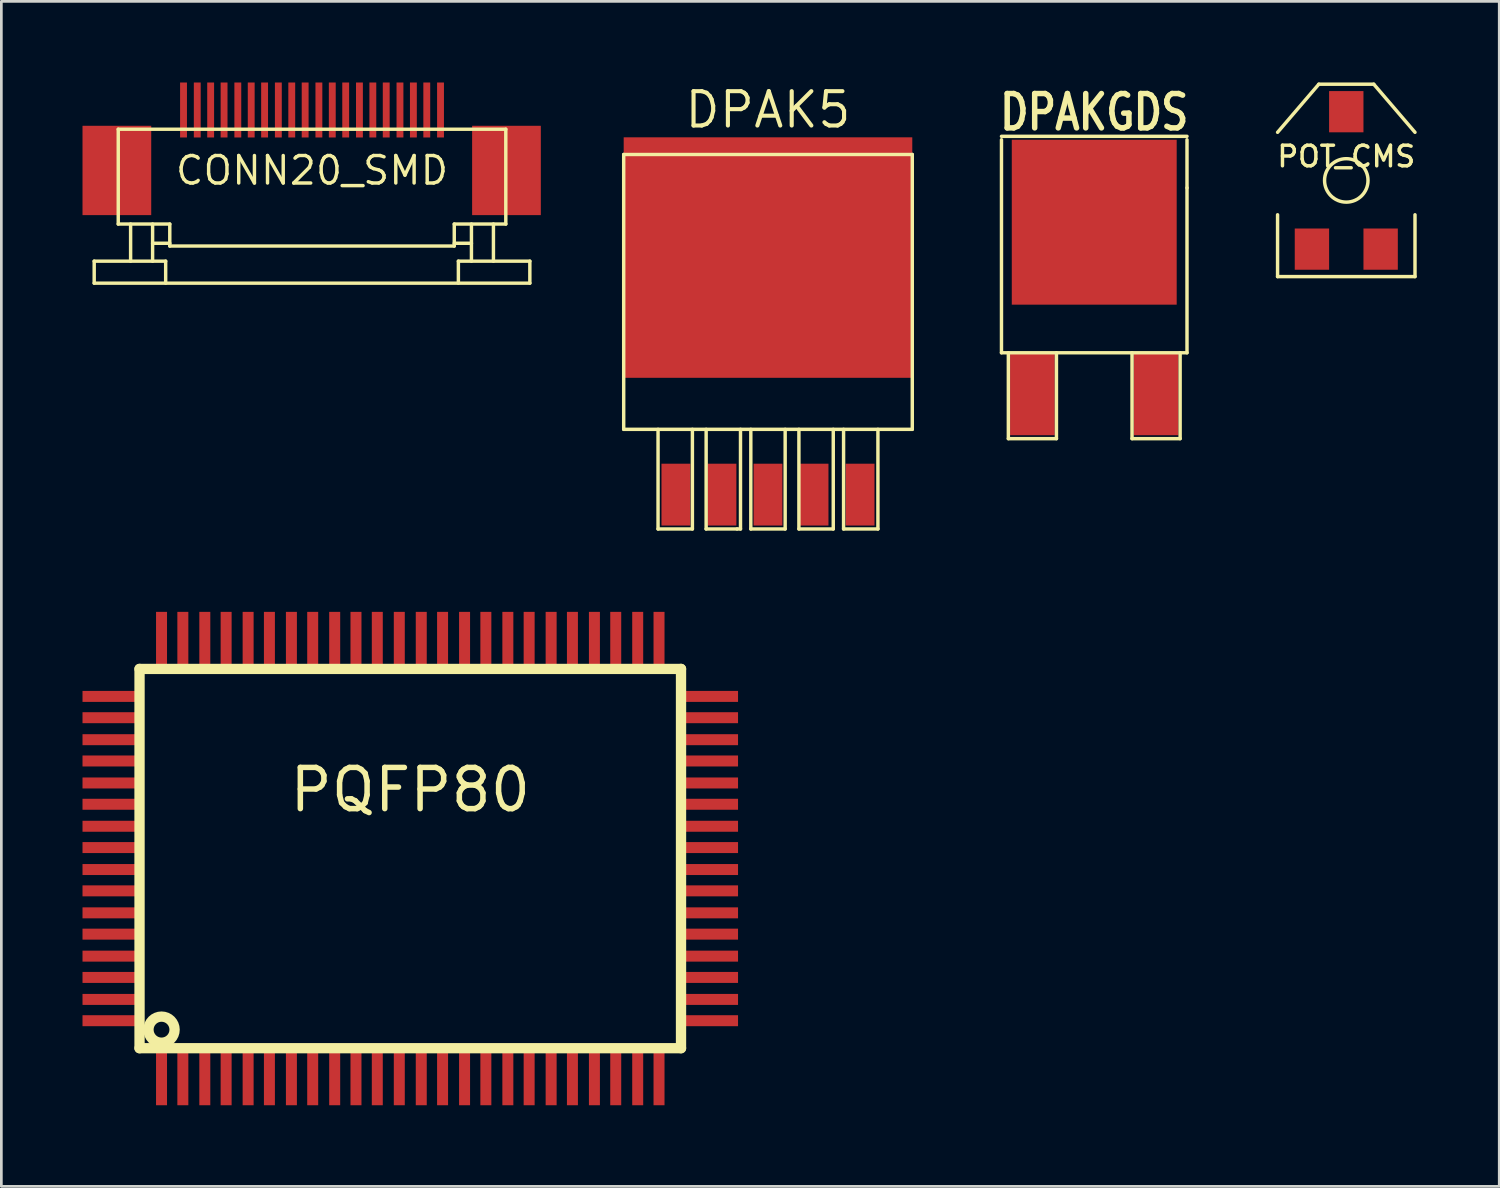
<source format=kicad_pcb>
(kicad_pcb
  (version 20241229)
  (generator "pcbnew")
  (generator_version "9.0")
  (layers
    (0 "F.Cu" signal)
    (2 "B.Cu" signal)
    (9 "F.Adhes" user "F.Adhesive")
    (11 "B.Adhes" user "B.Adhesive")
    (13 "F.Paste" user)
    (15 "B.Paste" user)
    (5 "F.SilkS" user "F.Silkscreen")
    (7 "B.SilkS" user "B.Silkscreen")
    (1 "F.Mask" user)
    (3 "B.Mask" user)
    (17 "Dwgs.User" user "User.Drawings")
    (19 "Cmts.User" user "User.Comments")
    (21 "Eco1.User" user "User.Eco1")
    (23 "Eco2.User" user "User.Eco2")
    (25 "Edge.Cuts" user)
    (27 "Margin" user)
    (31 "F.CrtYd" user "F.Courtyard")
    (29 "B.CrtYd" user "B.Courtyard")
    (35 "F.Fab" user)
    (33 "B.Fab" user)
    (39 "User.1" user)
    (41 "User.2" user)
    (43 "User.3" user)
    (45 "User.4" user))
  (footprint "PQFP80"
    (layer "F.Cu")
    (at 12.116 28.687)
    (property "Reference" "PQFP80" (at 0 -2.54 0) (layer "F.SilkS") (effects (font (size 1.524 1.524) (thickness 0.203))))
    (attr smd)
    (fp_line (start -10.008 -7.01) (end -10.008 7.01) (stroke (width 0.381) (type solid)) (layer "F.SilkS"))
    (fp_line (start -10.008 7.01) (end 10.008 7.01) (stroke (width 0.381) (type solid)) (layer "F.SilkS"))
    (fp_line (start 10.008 -7.01) (end -10.008 -7.01) (stroke (width 0.381) (type solid)) (layer "F.SilkS"))
    (fp_line (start 10.008 7.01) (end 10.008 -7.01) (stroke (width 0.381) (type solid)) (layer "F.SilkS"))
    (fp_circle (center -9.195 6.325) (end -9.195 5.842) (stroke (width 0.381) (type solid)) (fill no) (layer "F.SilkS"))
    (pad "1" smd rect (at -9.195 8.103) (size 0.406 2.032) (layers "F.Cu" "F.Mask" "F.Paste"))
    (pad "2" smd rect (at -8.407 8.103) (size 0.406 2.032) (layers "F.Cu" "F.Mask" "F.Paste"))
    (pad "3" smd rect (at -7.595 8.103) (size 0.406 2.032) (layers "F.Cu" "F.Mask" "F.Paste"))
    (pad "4" smd rect (at -6.807 8.103) (size 0.406 2.032) (layers "F.Cu" "F.Mask" "F.Paste"))
    (pad "5" smd rect (at -5.994 8.103) (size 0.406 2.032) (layers "F.Cu" "F.Mask" "F.Paste"))
    (pad "6" smd rect (at -5.207 8.103) (size 0.406 2.032) (layers "F.Cu" "F.Mask" "F.Paste"))
    (pad "7" smd rect (at -4.394 8.103) (size 0.406 2.032) (layers "F.Cu" "F.Mask" "F.Paste"))
    (pad "8" smd rect (at -3.607 8.103) (size 0.406 2.032) (layers "F.Cu" "F.Mask" "F.Paste"))
    (pad "9" smd rect (at -2.794 8.103) (size 0.406 2.032) (layers "F.Cu" "F.Mask" "F.Paste"))
    (pad "10" smd rect (at -2.007 8.103) (size 0.406 2.032) (layers "F.Cu" "F.Mask" "F.Paste"))
    (pad "11" smd rect (at -1.219 8.103) (size 0.406 2.032) (layers "F.Cu" "F.Mask" "F.Paste"))
    (pad "12" smd rect (at -0.406 8.103) (size 0.406 2.032) (layers "F.Cu" "F.Mask" "F.Paste"))
    (pad "13" smd rect (at 0.406 8.103) (size 0.406 2.032) (layers "F.Cu" "F.Mask" "F.Paste"))
    (pad "14" smd rect (at 1.194 8.103) (size 0.406 2.032) (layers "F.Cu" "F.Mask" "F.Paste"))
    (pad "15" smd rect (at 2.007 8.103) (size 0.406 2.032) (layers "F.Cu" "F.Mask" "F.Paste"))
    (pad "16" smd rect (at 2.794 8.103) (size 0.406 2.032) (layers "F.Cu" "F.Mask" "F.Paste"))
    (pad "17" smd rect (at 3.607 8.103) (size 0.406 2.032) (layers "F.Cu" "F.Mask" "F.Paste"))
    (pad "18" smd rect (at 4.394 8.103) (size 0.406 2.032) (layers "F.Cu" "F.Mask" "F.Paste"))
    (pad "19" smd rect (at 5.207 8.103) (size 0.406 2.032) (layers "F.Cu" "F.Mask" "F.Paste"))
    (pad "20" smd rect (at 5.994 8.103) (size 0.406 2.032) (layers "F.Cu" "F.Mask" "F.Paste"))
    (pad "21" smd rect (at 6.807 8.103) (size 0.406 2.032) (layers "F.Cu" "F.Mask" "F.Paste"))
    (pad "22" smd rect (at 7.595 8.103) (size 0.406 2.032) (layers "F.Cu" "F.Mask" "F.Paste"))
    (pad "23" smd rect (at 8.407 8.103) (size 0.406 2.032) (layers "F.Cu" "F.Mask" "F.Paste"))
    (pad "24" smd rect (at 9.195 8.103) (size 0.406 2.032) (layers "F.Cu" "F.Mask" "F.Paste"))
    (pad "25" smd rect (at 11.1 5.994) (size 2.032 0.406) (layers "F.Cu" "F.Mask" "F.Paste"))
    (pad "26" smd rect (at 11.1 5.207) (size 2.032 0.406) (layers "F.Cu" "F.Mask" "F.Paste"))
    (pad "27" smd rect (at 11.1 4.394) (size 2.032 0.406) (layers "F.Cu" "F.Mask" "F.Paste"))
    (pad "28" smd rect (at 11.1 3.607) (size 2.032 0.406) (layers "F.Cu" "F.Mask" "F.Paste"))
    (pad "29" smd rect (at 11.1 2.794) (size 2.032 0.406) (layers "F.Cu" "F.Mask" "F.Paste"))
    (pad "30" smd rect (at 11.1 2.007) (size 2.032 0.406) (layers "F.Cu" "F.Mask" "F.Paste"))
    (pad "31" smd rect (at 11.1 1.194) (size 2.032 0.406) (layers "F.Cu" "F.Mask" "F.Paste"))
    (pad "32" smd rect (at 11.1 0.406) (size 2.032 0.406) (layers "F.Cu" "F.Mask" "F.Paste"))
    (pad "33" smd rect (at 11.1 -0.406) (size 2.032 0.406) (layers "F.Cu" "F.Mask" "F.Paste"))
    (pad "34" smd rect (at 11.1 -1.194) (size 2.032 0.406) (layers "F.Cu" "F.Mask" "F.Paste"))
    (pad "35" smd rect (at 11.1 -2.007) (size 2.032 0.406) (layers "F.Cu" "F.Mask" "F.Paste"))
    (pad "36" smd rect (at 11.1 -2.794) (size 2.032 0.406) (layers "F.Cu" "F.Mask" "F.Paste"))
    (pad "37" smd rect (at 11.1 -3.607) (size 2.032 0.406) (layers "F.Cu" "F.Mask" "F.Paste"))
    (pad "38" smd rect (at 11.1 -4.394) (size 2.032 0.406) (layers "F.Cu" "F.Mask" "F.Paste"))
    (pad "39" smd rect (at 11.1 -5.207) (size 2.032 0.406) (layers "F.Cu" "F.Mask" "F.Paste"))
    (pad "40" smd rect (at 11.1 -5.994) (size 2.032 0.406) (layers "F.Cu" "F.Mask" "F.Paste"))
    (pad "41" smd rect (at 9.195 -8.103) (size 0.406 2.032) (layers "F.Cu" "F.Mask" "F.Paste"))
    (pad "42" smd rect (at 8.407 -8.103) (size 0.406 2.032) (layers "F.Cu" "F.Mask" "F.Paste"))
    (pad "43" smd rect (at 7.595 -8.103) (size 0.406 2.032) (layers "F.Cu" "F.Mask" "F.Paste"))
    (pad "44" smd rect (at 6.807 -8.103) (size 0.406 2.032) (layers "F.Cu" "F.Mask" "F.Paste"))
    (pad "45" smd rect (at 5.994 -8.103) (size 0.406 2.032) (layers "F.Cu" "F.Mask" "F.Paste"))
    (pad "46" smd rect (at 5.207 -8.103) (size 0.406 2.032) (layers "F.Cu" "F.Mask" "F.Paste"))
    (pad "47" smd rect (at 4.394 -8.103) (size 0.406 2.032) (layers "F.Cu" "F.Mask" "F.Paste"))
    (pad "48" smd rect (at 3.607 -8.103) (size 0.406 2.032) (layers "F.Cu" "F.Mask" "F.Paste"))
    (pad "49" smd rect (at 2.794 -8.103) (size 0.406 2.032) (layers "F.Cu" "F.Mask" "F.Paste"))
    (pad "50" smd rect (at 2.007 -8.103) (size 0.406 2.032) (layers "F.Cu" "F.Mask" "F.Paste"))
    (pad "51" smd rect (at 1.194 -8.103) (size 0.406 2.032) (layers "F.Cu" "F.Mask" "F.Paste"))
    (pad "52" smd rect (at 0.406 -8.103) (size 0.406 2.032) (layers "F.Cu" "F.Mask" "F.Paste"))
    (pad "53" smd rect (at -0.406 -8.103) (size 0.406 2.032) (layers "F.Cu" "F.Mask" "F.Paste"))
    (pad "54" smd rect (at -1.219 -8.103) (size 0.406 2.032) (layers "F.Cu" "F.Mask" "F.Paste"))
    (pad "55" smd rect (at -2.007 -8.103) (size 0.406 2.032) (layers "F.Cu" "F.Mask" "F.Paste"))
    (pad "56" smd rect (at -2.794 -8.103) (size 0.406 2.032) (layers "F.Cu" "F.Mask" "F.Paste"))
    (pad "57" smd rect (at -3.607 -8.103) (size 0.406 2.032) (layers "F.Cu" "F.Mask" "F.Paste"))
    (pad "58" smd rect (at -4.394 -8.103) (size 0.406 2.032) (layers "F.Cu" "F.Mask" "F.Paste"))
    (pad "59" smd rect (at -5.207 -8.103) (size 0.406 2.032) (layers "F.Cu" "F.Mask" "F.Paste"))
    (pad "60" smd rect (at -5.994 -8.103) (size 0.406 2.032) (layers "F.Cu" "F.Mask" "F.Paste"))
    (pad "61" smd rect (at -6.807 -8.103) (size 0.406 2.032) (layers "F.Cu" "F.Mask" "F.Paste"))
    (pad "62" smd rect (at -7.595 -8.103) (size 0.406 2.032) (layers "F.Cu" "F.Mask" "F.Paste"))
    (pad "63" smd rect (at -8.407 -8.103) (size 0.406 2.032) (layers "F.Cu" "F.Mask" "F.Paste"))
    (pad "64" smd rect (at -9.195 -8.103) (size 0.406 2.032) (layers "F.Cu" "F.Mask" "F.Paste"))
    (pad "65" smd rect (at -11.1 -5.994) (size 2.032 0.406) (layers "F.Cu" "F.Mask" "F.Paste"))
    (pad "66" smd rect (at -11.1 -5.207) (size 2.032 0.406) (layers "F.Cu" "F.Mask" "F.Paste"))
    (pad "67" smd rect (at -11.1 -4.394) (size 2.032 0.406) (layers "F.Cu" "F.Mask" "F.Paste"))
    (pad "68" smd rect (at -11.1 -3.607) (size 2.032 0.406) (layers "F.Cu" "F.Mask" "F.Paste"))
    (pad "69" smd rect (at -11.1 -2.794) (size 2.032 0.406) (layers "F.Cu" "F.Mask" "F.Paste"))
    (pad "70" smd rect (at -11.1 -2.007) (size 2.032 0.406) (layers "F.Cu" "F.Mask" "F.Paste"))
    (pad "71" smd rect (at -11.1 -1.194) (size 2.032 0.406) (layers "F.Cu" "F.Mask" "F.Paste"))
    (pad "72" smd rect (at -11.1 -0.406) (size 2.032 0.406) (layers "F.Cu" "F.Mask" "F.Paste"))
    (pad "73" smd rect (at -11.1 0.406) (size 2.032 0.406) (layers "F.Cu" "F.Mask" "F.Paste"))
    (pad "74" smd rect (at -11.1 1.194) (size 2.032 0.406) (layers "F.Cu" "F.Mask" "F.Paste"))
    (pad "75" smd rect (at -11.1 2.007) (size 2.032 0.406) (layers "F.Cu" "F.Mask" "F.Paste"))
    (pad "76" smd rect (at -11.1 2.794) (size 2.032 0.406) (layers "F.Cu" "F.Mask" "F.Paste"))
    (pad "77" smd rect (at -11.1 3.607) (size 2.032 0.406) (layers "F.Cu" "F.Mask" "F.Paste"))
    (pad "78" smd rect (at -11.1 4.394) (size 2.032 0.406) (layers "F.Cu" "F.Mask" "F.Paste"))
    (pad "79" smd rect (at -11.1 5.207) (size 2.032 0.406) (layers "F.Cu" "F.Mask" "F.Paste"))
    (pad "80" smd rect (at -11.1 5.994) (size 2.032 0.406) (layers "F.Cu" "F.Mask" "F.Paste")))
  (footprint "DPAK5"
    (layer "F.Cu")
    (at 25.339 15.234)
    (property "Reference" "DPAK5" (at 0 -14.224 0) (layer "F.SilkS") (effects (font (size 1.27 1.27) (thickness 0.152))))
    (attr through_hole)
    (fp_line (start -5.334 -12.573) (end -5.334 -2.413) (stroke (width 0.127) (type solid)) (layer "F.SilkS"))
    (fp_line (start -5.334 -2.413) (end 5.334 -2.413) (stroke (width 0.127) (type solid)) (layer "F.SilkS"))
    (fp_line (start -4.064 -2.413) (end -4.064 1.27) (stroke (width 0.127) (type solid)) (layer "F.SilkS"))
    (fp_line (start -4.064 1.27) (end -2.794 1.27) (stroke (width 0.127) (type solid)) (layer "F.SilkS"))
    (fp_line (start -2.794 1.27) (end -2.794 -2.413) (stroke (width 0.127) (type solid)) (layer "F.SilkS"))
    (fp_line (start -2.286 -2.413) (end -2.286 1.27) (stroke (width 0.127) (type solid)) (layer "F.SilkS"))
    (fp_line (start -2.286 1.27) (end -1.143 1.27) (stroke (width 0.127) (type solid)) (layer "F.SilkS"))
    (fp_line (start -1.143 1.27) (end -1.016 1.27) (stroke (width 0.127) (type solid)) (layer "F.SilkS"))
    (fp_line (start -1.016 1.27) (end -1.016 -2.413) (stroke (width 0.127) (type solid)) (layer "F.SilkS"))
    (fp_line (start -0.635 -2.413) (end -0.635 1.27) (stroke (width 0.127) (type solid)) (layer "F.SilkS"))
    (fp_line (start -0.635 1.27) (end 0.635 1.27) (stroke (width 0.127) (type solid)) (layer "F.SilkS"))
    (fp_line (start 0.635 1.27) (end 0.635 -2.413) (stroke (width 0.127) (type solid)) (layer "F.SilkS"))
    (fp_line (start 1.143 -2.413) (end 1.143 1.27) (stroke (width 0.127) (type solid)) (layer "F.SilkS"))
    (fp_line (start 1.143 1.27) (end 2.413 1.27) (stroke (width 0.127) (type solid)) (layer "F.SilkS"))
    (fp_line (start 2.413 1.27) (end 2.413 -2.413) (stroke (width 0.127) (type solid)) (layer "F.SilkS"))
    (fp_line (start 2.794 -2.413) (end 2.794 1.27) (stroke (width 0.127) (type solid)) (layer "F.SilkS"))
    (fp_line (start 2.794 1.27) (end 4.064 1.27) (stroke (width 0.127) (type solid)) (layer "F.SilkS"))
    (fp_line (start 4.064 1.27) (end 4.064 -2.413) (stroke (width 0.127) (type solid)) (layer "F.SilkS"))
    (fp_line (start 5.334 -12.573) (end -5.334 -12.573) (stroke (width 0.127) (type solid)) (layer "F.SilkS"))
    (fp_line (start 5.334 -2.413) (end 5.334 -12.573) (stroke (width 0.127) (type solid)) (layer "F.SilkS"))
    (pad "1" smd rect (at -3.404 0) (size 1.067 2.286) (layers "F.Cu" "F.Mask" "F.Paste"))
    (pad "2" smd rect (at -1.702 0) (size 1.067 2.286) (layers "F.Cu" "F.Mask" "F.Paste"))
    (pad "3" smd rect (at 0 -8.763) (size 10.668 8.89) (layers "F.Cu" "F.Mask" "F.Paste"))
    (pad "3" smd rect (at 0 0) (size 1.067 2.286) (layers "F.Cu" "F.Mask" "F.Paste"))
    (pad "4" smd rect (at 1.702 0) (size 1.067 2.286) (layers "F.Cu" "F.Mask" "F.Paste"))
    (pad "5" smd rect (at 3.404 0) (size 1.067 2.286) (layers "F.Cu" "F.Mask" "F.Paste")))
  (footprint "DPAKGDS"
    (layer "F.Cu")
    (at 37.399 11.514)
    (property "Reference" "DPAKGDS" (at 0 -10.414 0) (layer "F.SilkS") (effects (font (size 1.27 1.016) (thickness 0.203))))
    (attr smd)
    (fp_line (start -3.429 -9.525) (end 3.429 -9.525) (stroke (width 0.127) (type solid)) (layer "F.SilkS"))
    (fp_line (start -3.429 -1.524) (end -3.429 -9.398) (stroke (width 0.127) (type solid)) (layer "F.SilkS"))
    (fp_line (start -3.175 -1.524) (end -3.175 1.651) (stroke (width 0.127) (type solid)) (layer "F.SilkS"))
    (fp_line (start -3.175 1.651) (end -1.397 1.651) (stroke (width 0.127) (type solid)) (layer "F.SilkS"))
    (fp_line (start -1.397 1.651) (end -1.397 -1.524) (stroke (width 0.127) (type solid)) (layer "F.SilkS"))
    (fp_line (start 1.397 -1.524) (end 1.397 1.651) (stroke (width 0.127) (type solid)) (layer "F.SilkS"))
    (fp_line (start 1.397 1.651) (end 3.175 1.651) (stroke (width 0.127) (type solid)) (layer "F.SilkS"))
    (fp_line (start 3.175 1.651) (end 3.175 -1.524) (stroke (width 0.127) (type solid)) (layer "F.SilkS"))
    (fp_line (start 3.429 -9.398) (end 3.429 -7.62) (stroke (width 0.127) (type solid)) (layer "F.SilkS"))
    (fp_line (start 3.429 -7.62) (end 3.429 -1.524) (stroke (width 0.127) (type solid)) (layer "F.SilkS"))
    (fp_line (start 3.429 -1.524) (end -3.429 -1.524) (stroke (width 0.127) (type solid)) (layer "F.SilkS"))
    (pad "D" smd rect (at 0 -6.35) (size 6.096 6.096) (layers "F.Cu" "F.Mask" "F.Paste"))
    (pad "G" smd rect (at -2.286 0) (size 1.651 3.048) (layers "F.Cu" "F.Mask" "F.Paste"))
    (pad "S" smd rect (at 2.286 0) (size 1.651 3.048) (layers "F.Cu" "F.Mask" "F.Paste")))
  (footprint "CONN20_SMD"
    (layer "F.Cu")
    (at 8.484 4.267)
    (property "Reference" "CONN20_SMD" (at 0 -1.016 0) (layer "F.SilkS") (effects (font (size 1.016 1.016) (thickness 0.127))))
    (attr smd)
    (fp_line (start -8.052 2.337) (end -5.41 2.337) (stroke (width 0.127) (type solid)) (layer "F.SilkS"))
    (fp_line (start -8.052 3.15) (end -8.052 2.337) (stroke (width 0.127) (type solid)) (layer "F.SilkS"))
    (fp_line (start -8.052 3.15) (end 8.052 3.15) (stroke (width 0.127) (type solid)) (layer "F.SilkS"))
    (fp_line (start -7.163 -2.54) (end -7.163 0.965) (stroke (width 0.127) (type solid)) (layer "F.SilkS"))
    (fp_line (start -7.163 -2.54) (end 7.163 -2.54) (stroke (width 0.127) (type solid)) (layer "F.SilkS"))
    (fp_line (start -7.163 0.965) (end -5.258 0.965) (stroke (width 0.127) (type solid)) (layer "F.SilkS"))
    (fp_line (start -6.706 0.965) (end -6.706 2.337) (stroke (width 0.127) (type solid)) (layer "F.SilkS"))
    (fp_line (start -5.893 0.965) (end -5.893 2.337) (stroke (width 0.127) (type solid)) (layer "F.SilkS"))
    (fp_line (start -5.41 2.337) (end -5.41 3.15) (stroke (width 0.127) (type solid)) (layer "F.SilkS"))
    (fp_line (start -5.258 0.965) (end -5.258 1.778) (stroke (width 0.127) (type solid)) (layer "F.SilkS"))
    (fp_line (start -5.258 1.676) (end -5.893 1.676) (stroke (width 0.127) (type solid)) (layer "F.SilkS"))
    (fp_line (start -5.258 1.778) (end 5.258 1.778) (stroke (width 0.127) (type solid)) (layer "F.SilkS"))
    (fp_line (start 5.258 0.965) (end 7.163 0.965) (stroke (width 0.127) (type solid)) (layer "F.SilkS"))
    (fp_line (start 5.258 1.676) (end 5.893 1.676) (stroke (width 0.127) (type solid)) (layer "F.SilkS"))
    (fp_line (start 5.258 1.778) (end 5.258 0.965) (stroke (width 0.127) (type solid)) (layer "F.SilkS"))
    (fp_line (start 5.41 2.337) (end 5.41 3.15) (stroke (width 0.127) (type solid)) (layer "F.SilkS"))
    (fp_line (start 5.893 0.965) (end 5.893 2.337) (stroke (width 0.127) (type solid)) (layer "F.SilkS"))
    (fp_line (start 6.706 0.965) (end 6.706 2.337) (stroke (width 0.127) (type solid)) (layer "F.SilkS"))
    (fp_line (start 7.163 0.965) (end 7.163 -2.54) (stroke (width 0.127) (type solid)) (layer "F.SilkS"))
    (fp_line (start 8.052 2.337) (end 5.41 2.337) (stroke (width 0.127) (type solid)) (layer "F.SilkS"))
    (fp_line (start 8.052 3.15) (end 8.052 2.337) (stroke (width 0.127) (type solid)) (layer "F.SilkS"))
    (pad "" smd rect (at -7.214 -1.016) (size 2.54 3.302) (layers "F.Cu" "F.Mask" "F.Paste"))
    (pad "" smd rect (at 7.188 -1.016) (size 2.54 3.302) (layers "F.Cu" "F.Mask" "F.Paste"))
    (pad "1" smd rect (at -4.75 -3.251) (size 0.254 2.032) (layers "F.Cu" "F.Mask" "F.Paste"))
    (pad "2" smd rect (at -4.242 -3.251) (size 0.254 2.032) (layers "F.Cu" "F.Mask" "F.Paste"))
    (pad "3" smd rect (at -3.747 -3.251) (size 0.254 2.032) (layers "F.Cu" "F.Mask" "F.Paste"))
    (pad "4" smd rect (at -3.251 -3.251) (size 0.254 2.032) (layers "F.Cu" "F.Mask" "F.Paste"))
    (pad "5" smd rect (at -2.743 -3.251) (size 0.254 2.032) (layers "F.Cu" "F.Mask" "F.Paste"))
    (pad "6" smd rect (at -2.248 -3.251) (size 0.254 2.032) (layers "F.Cu" "F.Mask" "F.Paste"))
    (pad "7" smd rect (at -1.753 -3.251) (size 0.254 2.032) (layers "F.Cu" "F.Mask" "F.Paste"))
    (pad "8" smd rect (at -1.245 -3.251) (size 0.254 2.032) (layers "F.Cu" "F.Mask" "F.Paste"))
    (pad "9" smd rect (at -0.749 -3.251) (size 0.254 2.032) (layers "F.Cu" "F.Mask" "F.Paste"))
    (pad "10" smd rect (at -0.254 -3.251) (size 0.254 2.032) (layers "F.Cu" "F.Mask" "F.Paste"))
    (pad "11" smd rect (at 0.254 -3.251) (size 0.254 2.032) (layers "F.Cu" "F.Mask" "F.Paste"))
    (pad "12" smd rect (at 0.749 -3.251) (size 0.254 2.032) (layers "F.Cu" "F.Mask" "F.Paste"))
    (pad "13" smd rect (at 1.245 -3.251) (size 0.254 2.032) (layers "F.Cu" "F.Mask" "F.Paste"))
    (pad "14" smd rect (at 1.753 -3.251) (size 0.254 2.032) (layers "F.Cu" "F.Mask" "F.Paste"))
    (pad "15" smd rect (at 2.248 -3.251) (size 0.254 2.032) (layers "F.Cu" "F.Mask" "F.Paste"))
    (pad "16" smd rect (at 2.743 -3.251) (size 0.254 2.032) (layers "F.Cu" "F.Mask" "F.Paste"))
    (pad "17" smd rect (at 3.251 -3.251) (size 0.254 2.032) (layers "F.Cu" "F.Mask" "F.Paste"))
    (pad "18" smd rect (at 3.747 -3.251) (size 0.254 2.032) (layers "F.Cu" "F.Mask" "F.Paste"))
    (pad "19" smd rect (at 4.242 -3.251) (size 0.254 2.032) (layers "F.Cu" "F.Mask" "F.Paste"))
    (pad "20" smd rect (at 4.75 -3.251) (size 0.254 2.032) (layers "F.Cu" "F.Mask" "F.Paste")))
  (footprint "POT_CMS"
    (layer "F.Cu")
    (at 46.716 3.619)
    (property "Reference" "POT_CMS" (at 0 -0.886 0) (layer "F.SilkS") (effects (font (size 0.762 0.762) (thickness 0.127))))
    (attr smd)
    (fp_line (start -2.54 -1.778) (end -1.016 -3.556) (stroke (width 0.127) (type solid)) (layer "F.SilkS"))
    (fp_line (start -2.54 1.27) (end -2.54 3.556) (stroke (width 0.127) (type solid)) (layer "F.SilkS"))
    (fp_line (start -2.54 3.556) (end 2.54 3.556) (stroke (width 0.127) (type solid)) (layer "F.SilkS"))
    (fp_line (start -1.016 -3.556) (end 1.016 -3.556) (stroke (width 0.127) (type solid)) (layer "F.SilkS"))
    (fp_line (start 1.016 -3.556) (end 2.54 -1.778) (stroke (width 0.127) (type solid)) (layer "F.SilkS"))
    (fp_line (start 2.54 3.556) (end 2.54 1.27) (stroke (width 0.127) (type solid)) (layer "F.SilkS"))
    (fp_circle (center 0 0) (end 0.254 -0.762) (stroke (width 0.127) (type solid)) (fill no) (layer "F.SilkS"))
    (pad "1" smd rect (at -1.27 2.54) (size 1.27 1.524) (layers "F.Cu" "F.Mask" "F.Paste"))
    (pad "2" smd rect (at 0 -2.54) (size 1.27 1.524) (layers "F.Cu" "F.Mask" "F.Paste"))
    (pad "3" smd rect (at 1.27 2.54) (size 1.27 1.524) (layers "F.Cu" "F.Mask" "F.Paste")))
  (gr_rect
    (start -3 -3)
    (end 52.37 40.805)
    (stroke (width 0.1) (type default))
    (fill no)
    (layer "Edge.Cuts")))
</source>
